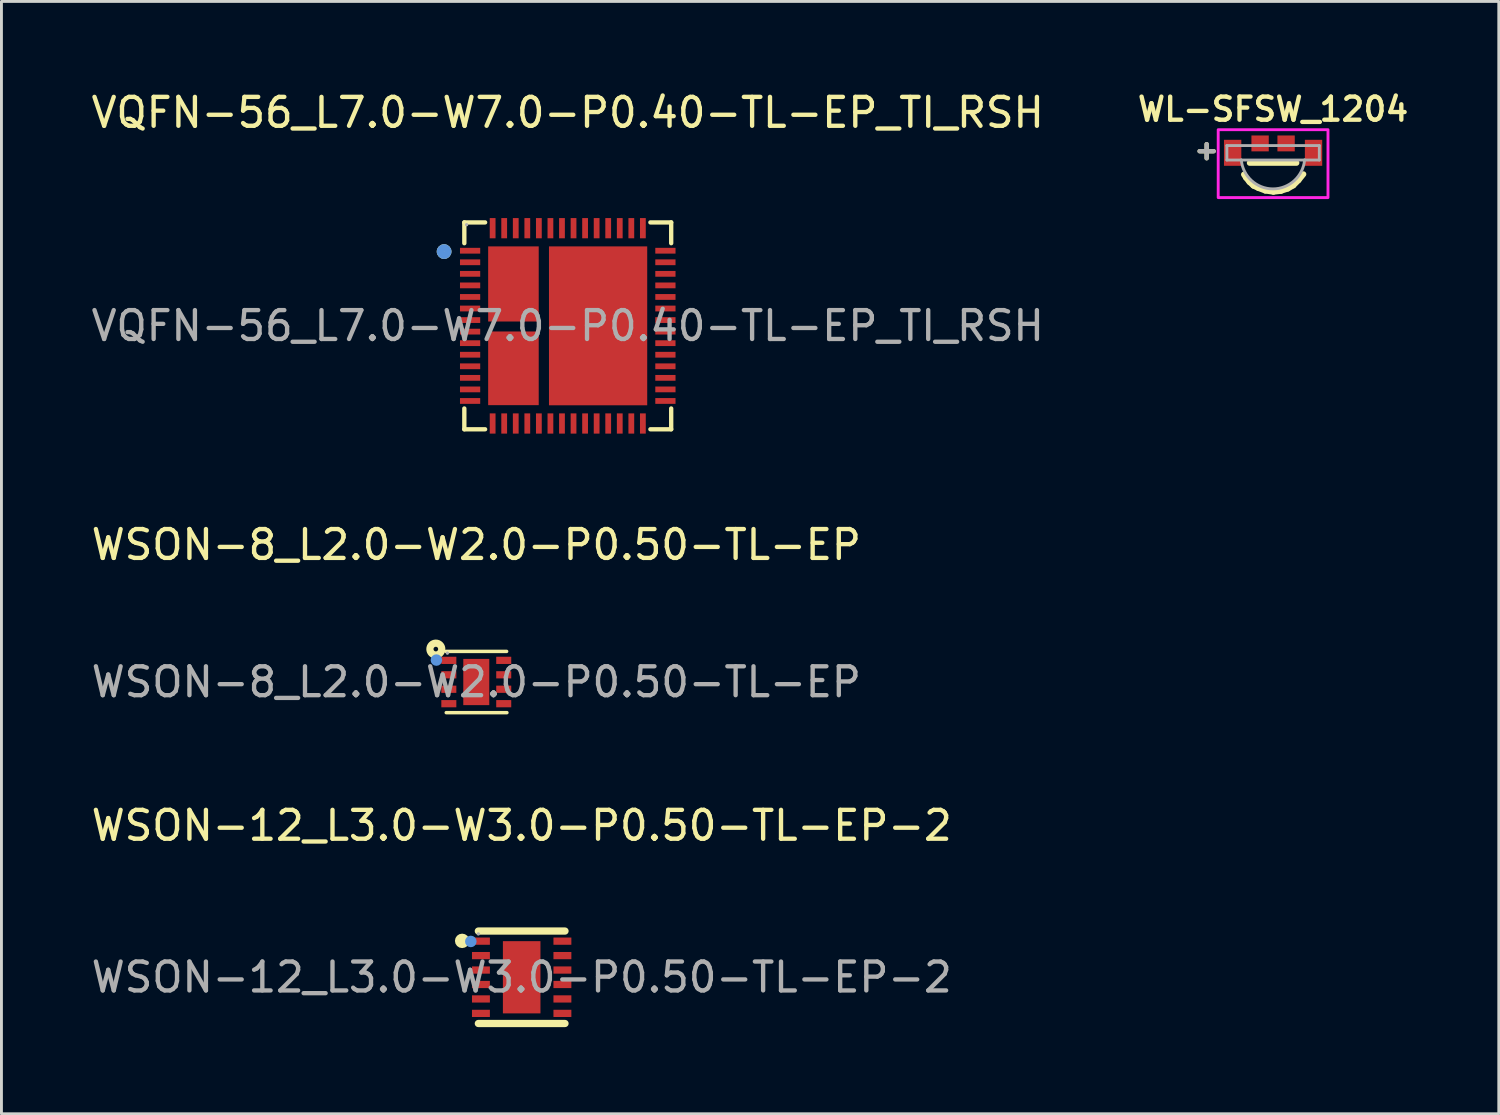
<source format=kicad_pcb>
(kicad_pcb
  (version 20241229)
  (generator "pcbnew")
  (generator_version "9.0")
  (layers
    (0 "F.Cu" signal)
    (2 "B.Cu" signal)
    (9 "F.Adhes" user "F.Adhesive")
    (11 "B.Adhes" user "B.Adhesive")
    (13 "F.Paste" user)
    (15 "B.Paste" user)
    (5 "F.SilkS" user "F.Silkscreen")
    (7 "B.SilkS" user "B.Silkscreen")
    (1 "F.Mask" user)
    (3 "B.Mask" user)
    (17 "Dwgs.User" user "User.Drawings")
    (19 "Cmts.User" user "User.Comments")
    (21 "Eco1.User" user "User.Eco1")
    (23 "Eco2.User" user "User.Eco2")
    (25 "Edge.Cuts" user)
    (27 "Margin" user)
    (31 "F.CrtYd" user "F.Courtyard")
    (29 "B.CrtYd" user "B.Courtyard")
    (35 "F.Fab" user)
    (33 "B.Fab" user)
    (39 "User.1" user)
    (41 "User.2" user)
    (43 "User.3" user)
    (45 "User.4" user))
  (footprint "WSON-12_L3.0-W3.0-P0.50-TL-EP-2"
    (layer "F.Cu")
    (at 15.006 30.775)
    (property "Reference" "WSON-12_L3.0-W3.0-P0.50-TL-EP-2" (at 0 -5.25 0) (layer "F.SilkS") (effects (font (size 1 1) (thickness 0.15))))
    (attr smd)
    (fp_line (start 1.5 -1.6) (end -1.5 -1.6) (stroke (width 0.25) (type solid)) (layer "F.SilkS"))
    (fp_line (start 1.5 1.6) (end -1.5 1.6) (stroke (width 0.25) (type solid)) (layer "F.SilkS"))
    (fp_arc (start -2.06 -1.26) (mid -2.06 -1.26) (end -2.06 -1.26) (stroke (width 0.25) (type solid)) (layer "F.SilkS"))
    (fp_circle (center -1.76 -1.24) (end -1.66 -1.24) (stroke (width 0.2) (type solid)) (fill no) (layer "Cmts.User"))
    (fp_circle (center -1.5 -1.5) (end -1.47 -1.5) (stroke (width 0.06) (type solid)) (fill no) (layer "F.Fab"))
    (fp_text user "${REFERENCE}" (at 0 0 0) (layer "F.Fab") (effects (font (size 1 1) (thickness 0.15))))
    (pad "1" smd rect (at -1.41 -1.25 270) (size 0.25 0.62) (layers "F.Cu" "F.Mask" "F.Paste"))
    (pad "2" smd rect (at -1.41 -0.75 270) (size 0.25 0.62) (layers "F.Cu" "F.Mask" "F.Paste"))
    (pad "3" smd rect (at -1.41 -0.25 270) (size 0.25 0.62) (layers "F.Cu" "F.Mask" "F.Paste"))
    (pad "4" smd rect (at -1.41 0.25 270) (size 0.25 0.62) (layers "F.Cu" "F.Mask" "F.Paste"))
    (pad "5" smd rect (at -1.41 0.75 270) (size 0.25 0.62) (layers "F.Cu" "F.Mask" "F.Paste"))
    (pad "6" smd rect (at -1.41 1.25 270) (size 0.25 0.62) (layers "F.Cu" "F.Mask" "F.Paste"))
    (pad "7" smd rect (at 1.41 1.25 270) (size 0.25 0.62) (layers "F.Cu" "F.Mask" "F.Paste"))
    (pad "8" smd rect (at 1.41 0.75 270) (size 0.25 0.62) (layers "F.Cu" "F.Mask" "F.Paste"))
    (pad "9" smd rect (at 1.41 0.25 270) (size 0.25 0.62) (layers "F.Cu" "F.Mask" "F.Paste"))
    (pad "10" smd rect (at 1.41 -0.25 270) (size 0.25 0.62) (layers "F.Cu" "F.Mask" "F.Paste"))
    (pad "11" smd rect (at 1.41 -0.75 270) (size 0.25 0.62) (layers "F.Cu" "F.Mask" "F.Paste"))
    (pad "12" smd rect (at 1.41 -1.25 270) (size 0.25 0.62) (layers "F.Cu" "F.Mask" "F.Paste"))
    (pad "13" smd rect (at 0 0) (size 1.3 2.5) (layers "F.Cu" "F.Mask" "F.Paste")))
  (footprint "WL-SFSW_1204"
    (layer "F.Cu")
    (at 41.014 2.239)
    (property "Reference" "WL-SFSW_1204" (at 0 -1.508 0) (layer "F.SilkS") (effects (font (size 0.8 0.8) (thickness 0.15))))
    (attr smd)
    (fp_line (start -1.01 0.75) (end -0.94 0.86) (stroke (width 0.2) (type solid)) (layer "F.SilkS"))
    (fp_line (start -0.94 0.86) (end -0.82 1.01) (stroke (width 0.2) (type solid)) (layer "F.SilkS"))
    (fp_line (start -0.82 1.01) (end -0.68 1.14) (stroke (width 0.2) (type solid)) (layer "F.SilkS"))
    (fp_line (start -0.81 0.35) (end 0.81 0.35) (stroke (width 0.2) (type solid)) (layer "F.SilkS"))
    (fp_line (start -0.68 1.14) (end -0.51 1.22) (stroke (width 0.2) (type solid)) (layer "F.SilkS"))
    (fp_line (start -0.51 1.22) (end -0.27 1.31) (stroke (width 0.2) (type solid)) (layer "F.SilkS"))
    (fp_line (start -0.27 1.31) (end 0.01 1.35) (stroke (width 0.2) (type solid)) (layer "F.SilkS"))
    (fp_line (start 0.01 1.35) (end 0.27 1.32) (stroke (width 0.2) (type solid)) (layer "F.SilkS"))
    (fp_line (start 0.27 1.32) (end 0.51 1.24) (stroke (width 0.2) (type solid)) (layer "F.SilkS"))
    (fp_line (start 0.51 1.24) (end 0.7 1.13) (stroke (width 0.2) (type solid)) (layer "F.SilkS"))
    (fp_line (start 0.7 1.13) (end 0.88 0.95) (stroke (width 0.2) (type solid)) (layer "F.SilkS"))
    (fp_line (start 0.88 0.95) (end 1.05 0.74) (stroke (width 0.2) (type solid)) (layer "F.SilkS"))
    (fp_poly (pts (xy -1.9 -0.8) (xy 1.9 -0.8) (xy 1.9 1.55) (xy -1.9 1.55)) (stroke (width 0.1) (type solid)) (fill no) (layer "F.CrtYd"))
    (fp_line (start -1.6 -0.25) (end 1.6 -0.25) (stroke (width 0.1) (type solid)) (layer "F.Fab"))
    (fp_line (start -1.6 0.25) (end -1.6 -0.25) (stroke (width 0.1) (type solid)) (layer "F.Fab"))
    (fp_line (start -1.1 0.25) (end -1.6 0.25) (stroke (width 0.1) (type solid)) (layer "F.Fab"))
    (fp_line (start 1.09 0.25) (end -1.1 0.25) (stroke (width 0.1) (type solid)) (layer "F.Fab"))
    (fp_line (start 1.6 -0.25) (end 1.6 0.25) (stroke (width 0.1) (type solid)) (layer "F.Fab"))
    (fp_line (start 1.6 0.25) (end 1.09 0.25) (stroke (width 0.1) (type solid)) (layer "F.Fab"))
    (fp_arc (start 1.09 0.25) (mid -0.005 1.249145) (end -1.1 0.249999) (stroke (width 0.1) (type solid)) (layer "F.Fab"))
    (fp_text user "+" (at -2.3 -0.1 0) (layer "F.SilkS") (effects (font (size 0.64 0.64) (thickness 0.15))))
    (fp_text user "+" (at -2.3 -0.1 0) (layer "F.Fab") (effects (font (size 0.64 0.64) (thickness 0.15))))
    (pad "1" smd rect (at -1.4 0) (size 0.6 0.9) (layers "F.Cu" "F.Mask" "F.Paste"))
    (pad "2" smd rect (at -0.45 -0.325) (size 0.6 0.55) (layers "F.Cu" "F.Mask" "F.Paste"))
    (pad "3" smd rect (at 0.45 -0.325) (size 0.6 0.55) (layers "F.Cu" "F.Mask" "F.Paste"))
    (pad "4" smd rect (at 1.4 0) (size 0.6 0.9) (layers "F.Cu" "F.Mask" "F.Paste")))
  (footprint "VQFN-56_L7.0-W7.0-P0.40-TL-EP_TI_RSH"
    (layer "F.Cu")
    (at 16.601 8.228)
    (property "Reference" "VQFN-56_L7.0-W7.0-P0.40-TL-EP_TI_RSH" (at 0 -7.38 0) (layer "F.SilkS") (effects (font (size 1 1) (thickness 0.15))))
    (attr smd)
    (fp_line (start -3.58 -3.58) (end -2.86 -3.58) (stroke (width 0.15) (type solid)) (layer "F.SilkS"))
    (fp_line (start -3.58 -2.86) (end -3.58 -3.58) (stroke (width 0.15) (type solid)) (layer "F.SilkS"))
    (fp_line (start -3.58 2.86) (end -3.58 3.58) (stroke (width 0.15) (type solid)) (layer "F.SilkS"))
    (fp_line (start -3.58 3.58) (end -2.86 3.58) (stroke (width 0.15) (type solid)) (layer "F.SilkS"))
    (fp_line (start 3.58 -3.58) (end 2.86 -3.58) (stroke (width 0.15) (type solid)) (layer "F.SilkS"))
    (fp_line (start 3.58 -2.86) (end 3.58 -3.58) (stroke (width 0.15) (type solid)) (layer "F.SilkS"))
    (fp_line (start 3.58 2.86) (end 3.58 3.58) (stroke (width 0.15) (type solid)) (layer "F.SilkS"))
    (fp_line (start 3.58 3.58) (end 2.86 3.58) (stroke (width 0.15) (type solid)) (layer "F.SilkS"))
    (fp_circle (center -4.28 -2.57) (end -4.15 -2.57) (stroke (width 0.25) (type solid)) (fill no) (layer "F.SilkS"))
    (fp_circle (center -4.28 -2.57) (end -4.15 -2.57) (stroke (width 0.25) (type solid)) (fill no) (layer "Cmts.User"))
    (fp_circle (center -3.5 -3.5) (end -3.47 -3.5) (stroke (width 0.06) (type solid)) (fill no) (layer "F.Fab"))
    (fp_text user "${REFERENCE}" (at 0 0 0) (layer "F.Fab") (effects (font (size 1 1) (thickness 0.15))))
    (pad "1" smd rect (at -3.38 -2.6) (size 0.7 0.2) (layers "F.Cu" "F.Mask" "F.Paste"))
    (pad "2" smd rect (at -3.38 -2.2) (size 0.7 0.2) (layers "F.Cu" "F.Mask" "F.Paste"))
    (pad "3" smd rect (at -3.38 -1.8) (size 0.7 0.2) (layers "F.Cu" "F.Mask" "F.Paste"))
    (pad "4" smd rect (at -3.38 -1.4) (size 0.7 0.2) (layers "F.Cu" "F.Mask" "F.Paste"))
    (pad "5" smd rect (at -3.38 -1) (size 0.7 0.2) (layers "F.Cu" "F.Mask" "F.Paste"))
    (pad "6" smd rect (at -3.38 -0.6) (size 0.7 0.2) (layers "F.Cu" "F.Mask" "F.Paste"))
    (pad "7" smd rect (at -3.38 -0.2) (size 0.7 0.2) (layers "F.Cu" "F.Mask" "F.Paste"))
    (pad "8" smd rect (at -3.38 0.2) (size 0.7 0.2) (layers "F.Cu" "F.Mask" "F.Paste"))
    (pad "9" smd rect (at -3.38 0.6) (size 0.7 0.2) (layers "F.Cu" "F.Mask" "F.Paste"))
    (pad "10" smd rect (at -3.38 1) (size 0.7 0.2) (layers "F.Cu" "F.Mask" "F.Paste"))
    (pad "11" smd rect (at -3.38 1.4) (size 0.7 0.2) (layers "F.Cu" "F.Mask" "F.Paste"))
    (pad "12" smd rect (at -3.38 1.8) (size 0.7 0.2) (layers "F.Cu" "F.Mask" "F.Paste"))
    (pad "13" smd rect (at -3.38 2.2) (size 0.7 0.2) (layers "F.Cu" "F.Mask" "F.Paste"))
    (pad "14" smd rect (at -3.38 2.6) (size 0.7 0.2) (layers "F.Cu" "F.Mask" "F.Paste"))
    (pad "15" smd rect (at -2.6 3.38) (size 0.2 0.7) (layers "F.Cu" "F.Mask" "F.Paste"))
    (pad "16" smd rect (at -2.2 3.38) (size 0.2 0.7) (layers "F.Cu" "F.Mask" "F.Paste"))
    (pad "17" smd rect (at -1.8 3.38) (size 0.2 0.7) (layers "F.Cu" "F.Mask" "F.Paste"))
    (pad "18" smd rect (at -1.4 3.38) (size 0.2 0.7) (layers "F.Cu" "F.Mask" "F.Paste"))
    (pad "19" smd rect (at -1 3.38) (size 0.2 0.7) (layers "F.Cu" "F.Mask" "F.Paste"))
    (pad "20" smd rect (at -0.6 3.38) (size 0.2 0.7) (layers "F.Cu" "F.Mask" "F.Paste"))
    (pad "21" smd rect (at -0.2 3.38) (size 0.2 0.7) (layers "F.Cu" "F.Mask" "F.Paste"))
    (pad "22" smd rect (at 0.2 3.38) (size 0.2 0.7) (layers "F.Cu" "F.Mask" "F.Paste"))
    (pad "23" smd rect (at 0.6 3.38) (size 0.2 0.7) (layers "F.Cu" "F.Mask" "F.Paste"))
    (pad "24" smd rect (at 1 3.38) (size 0.2 0.7) (layers "F.Cu" "F.Mask" "F.Paste"))
    (pad "25" smd rect (at 1.4 3.38) (size 0.2 0.7) (layers "F.Cu" "F.Mask" "F.Paste"))
    (pad "26" smd rect (at 1.8 3.38) (size 0.2 0.7) (layers "F.Cu" "F.Mask" "F.Paste"))
    (pad "27" smd rect (at 2.2 3.38) (size 0.2 0.7) (layers "F.Cu" "F.Mask" "F.Paste"))
    (pad "28" smd rect (at 2.6 3.38) (size 0.2 0.7) (layers "F.Cu" "F.Mask" "F.Paste"))
    (pad "29" smd rect (at 3.38 2.6) (size 0.7 0.2) (layers "F.Cu" "F.Mask" "F.Paste"))
    (pad "30" smd rect (at 3.38 2.2) (size 0.7 0.2) (layers "F.Cu" "F.Mask" "F.Paste"))
    (pad "31" smd rect (at 3.38 1.8) (size 0.7 0.2) (layers "F.Cu" "F.Mask" "F.Paste"))
    (pad "32" smd rect (at 3.38 1.4) (size 0.7 0.2) (layers "F.Cu" "F.Mask" "F.Paste"))
    (pad "33" smd rect (at 3.38 1) (size 0.7 0.2) (layers "F.Cu" "F.Mask" "F.Paste"))
    (pad "34" smd rect (at 3.38 0.6) (size 0.7 0.2) (layers "F.Cu" "F.Mask" "F.Paste"))
    (pad "35" smd rect (at 3.38 0.2) (size 0.7 0.2) (layers "F.Cu" "F.Mask" "F.Paste"))
    (pad "36" smd rect (at 3.38 -0.2) (size 0.7 0.2) (layers "F.Cu" "F.Mask" "F.Paste"))
    (pad "37" smd rect (at 3.38 -0.6) (size 0.7 0.2) (layers "F.Cu" "F.Mask" "F.Paste"))
    (pad "38" smd rect (at 3.38 -1) (size 0.7 0.2) (layers "F.Cu" "F.Mask" "F.Paste"))
    (pad "39" smd rect (at 3.38 -1.4) (size 0.7 0.2) (layers "F.Cu" "F.Mask" "F.Paste"))
    (pad "40" smd rect (at 3.38 -1.8) (size 0.7 0.2) (layers "F.Cu" "F.Mask" "F.Paste"))
    (pad "41" smd rect (at 3.38 -2.2) (size 0.7 0.2) (layers "F.Cu" "F.Mask" "F.Paste"))
    (pad "42" smd rect (at 3.38 -2.6) (size 0.7 0.2) (layers "F.Cu" "F.Mask" "F.Paste"))
    (pad "43" smd rect (at 2.6 -3.38) (size 0.2 0.7) (layers "F.Cu" "F.Mask" "F.Paste"))
    (pad "44" smd rect (at 2.2 -3.38) (size 0.2 0.7) (layers "F.Cu" "F.Mask" "F.Paste"))
    (pad "45" smd rect (at 1.8 -3.38) (size 0.2 0.7) (layers "F.Cu" "F.Mask" "F.Paste"))
    (pad "46" smd rect (at 1.4 -3.38) (size 0.2 0.7) (layers "F.Cu" "F.Mask" "F.Paste"))
    (pad "47" smd rect (at 1 -3.38) (size 0.2 0.7) (layers "F.Cu" "F.Mask" "F.Paste"))
    (pad "48" smd rect (at 0.6 -3.38) (size 0.2 0.7) (layers "F.Cu" "F.Mask" "F.Paste"))
    (pad "49" smd rect (at 0.2 -3.38) (size 0.2 0.7) (layers "F.Cu" "F.Mask" "F.Paste"))
    (pad "50" smd rect (at -0.2 -3.38) (size 0.2 0.7) (layers "F.Cu" "F.Mask" "F.Paste"))
    (pad "51" smd rect (at -0.6 -3.38) (size 0.2 0.7) (layers "F.Cu" "F.Mask" "F.Paste"))
    (pad "52" smd rect (at -1 -3.38) (size 0.2 0.7) (layers "F.Cu" "F.Mask" "F.Paste"))
    (pad "53" smd rect (at -1.4 -3.38) (size 0.2 0.7) (layers "F.Cu" "F.Mask" "F.Paste"))
    (pad "54" smd rect (at -1.8 -3.38) (size 0.2 0.7) (layers "F.Cu" "F.Mask" "F.Paste"))
    (pad "55" smd rect (at -2.2 -3.38) (size 0.2 0.7) (layers "F.Cu" "F.Mask" "F.Paste"))
    (pad "56" smd rect (at -2.6 -3.38) (size 0.2 0.7) (layers "F.Cu" "F.Mask" "F.Paste"))
    (pad "57" smd rect (at -1.88 -1.45) (size 1.75 2.6) (layers "F.Cu" "F.Mask" "F.Paste"))
    (pad "58" smd rect (at -1.88 1.47) (size 1.75 2.55) (layers "F.Cu" "F.Mask" "F.Paste"))
    (pad "59" smd rect (at 1.05 0) (size 3.4 5.5) (layers "F.Cu" "F.Mask" "F.Paste")))
  (footprint "WSON-8_L2.0-W2.0-P0.50-TL-EP"
    (layer "F.Cu")
    (at 13.435 20.556)
    (property "Reference" "WSON-8_L2.0-W2.0-P0.50-TL-EP" (at 0 -4.75 0) (layer "F.SilkS") (effects (font (size 1 1) (thickness 0.15))))
    (attr through_hole)
    (fp_line (start -1.04 1.06) (end 1.06 1.06) (stroke (width 0.12) (type solid)) (layer "F.SilkS"))
    (fp_line (start 1.05 -1.06) (end -1.05 -1.06) (stroke (width 0.12) (type solid)) (layer "F.SilkS"))
    (fp_circle (center -1.4 -1.14) (end -1.32 -1.14) (stroke (width 0.25) (type solid)) (fill no) (layer "F.SilkS"))
    (fp_circle (center -1.38 -0.76) (end -1.28 -0.76) (stroke (width 0.2) (type solid)) (fill no) (layer "Cmts.User"))
    (fp_circle (center -1 -1) (end -0.97 -1) (stroke (width 0.06) (type solid)) (fill no) (layer "F.Fab"))
    (fp_text user "${REFERENCE}" (at 0 0 0) (layer "F.Fab") (effects (font (size 1 1) (thickness 0.15))))
    (pad "1" smd rect (at -0.95 -0.75) (size 0.52 0.25) (layers "F.Cu" "F.Mask" "F.Paste"))
    (pad "2" smd rect (at -0.95 -0.25) (size 0.52 0.25) (layers "F.Cu" "F.Mask" "F.Paste"))
    (pad "3" smd rect (at -0.95 0.25) (size 0.52 0.25) (layers "F.Cu" "F.Mask" "F.Paste"))
    (pad "4" smd rect (at -0.95 0.75) (size 0.52 0.25) (layers "F.Cu" "F.Mask" "F.Paste"))
    (pad "5" smd rect (at 0.95 0.75) (size 0.52 0.25) (layers "F.Cu" "F.Mask" "F.Paste"))
    (pad "6" smd rect (at 0.95 0.25) (size 0.52 0.25) (layers "F.Cu" "F.Mask" "F.Paste"))
    (pad "7" smd rect (at 0.95 -0.25) (size 0.52 0.25) (layers "F.Cu" "F.Mask" "F.Paste"))
    (pad "8" smd rect (at 0.95 -0.75) (size 0.52 0.25) (layers "F.Cu" "F.Mask" "F.Paste"))
    (pad "9" smd rect (at 0 0) (size 0.9 1.6) (layers "F.Cu" "F.Mask" "F.Paste")))
  (gr_rect
    (start -3 -3)
    (end 48.826 35.5)
    (stroke (width 0.1) (type default))
    (fill no)
    (layer "Edge.Cuts")))
</source>
